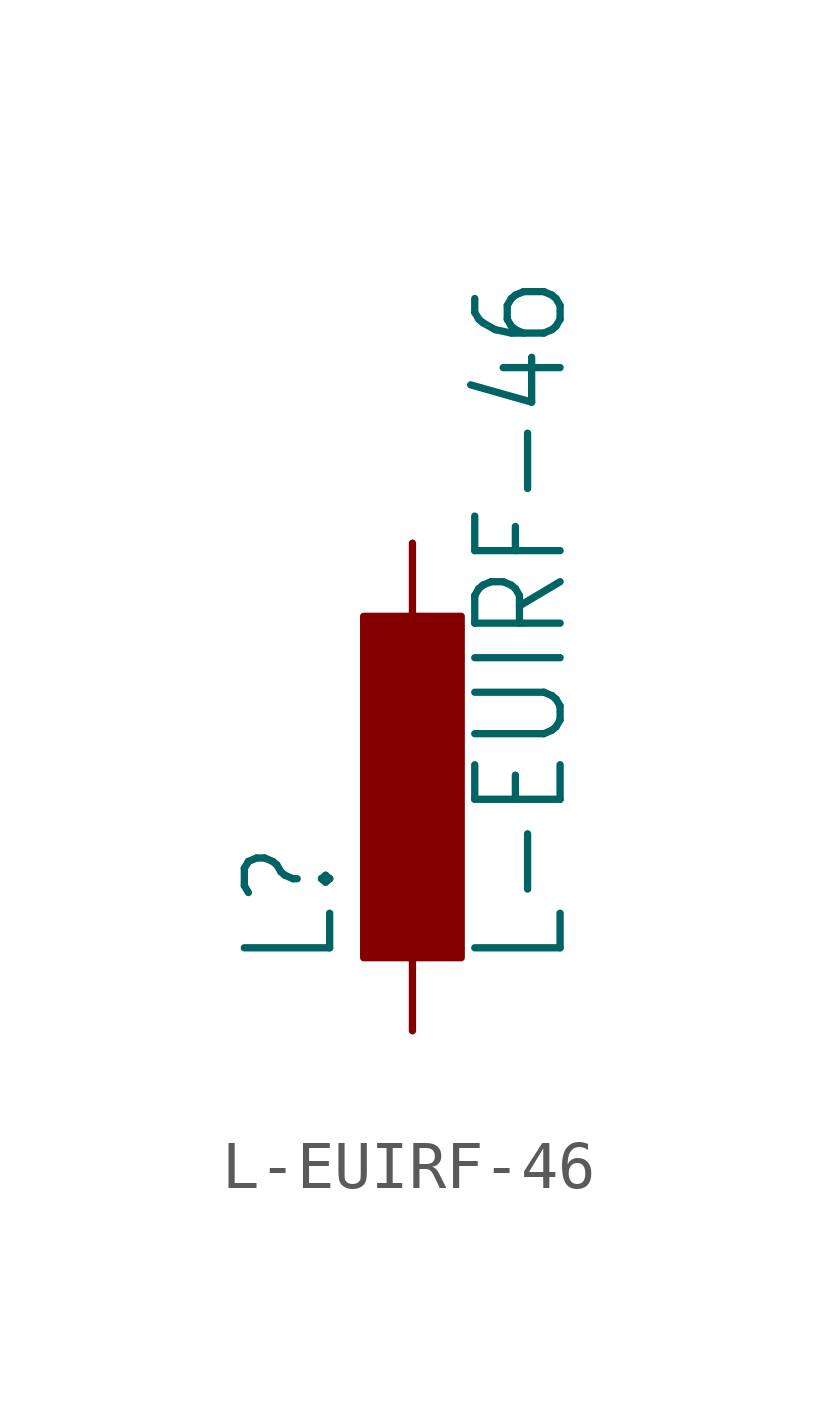
<source format=kicad_sym>
(kicad_symbol_lib
  (version 20211014)
  (generator kicad_symbol_editor)
  (symbol "L-EUIRF-46"
    (property "Reference" "L"
      (at -1.499 -3.81 90)
      (effects (font (size 1.778 1.511)) (justify left bottom)))
    (property "Value" "L-EUIRF-46"
      (at 3.302 -3.81 90)
      (effects (font (size 1.778 1.511)) (justify left bottom)))
    (property "ki_locked" ""
      (at 0 0 0)
      (effects (font (size 1.27 1.27))))
    (symbol "L-EUIRF-46_1_0"
      (rectangle (start -1.016 -3.556) (end 1.016 3.556) (stroke (width 0) (type default) (color 0 0 0 0)) (fill (type outline)))
      (pin passive line (at 0 5.08 270) (length 2.54) (name "1" (effects (font (size 0 0)))) (number "1" (effects (font (size 0 0)))))
      (pin passive line (at 0 -5.08 90) (length 2.54) (name "2" (effects (font (size 0 0)))) (number "2" (effects (font (size 0 0))))))))
</source>
